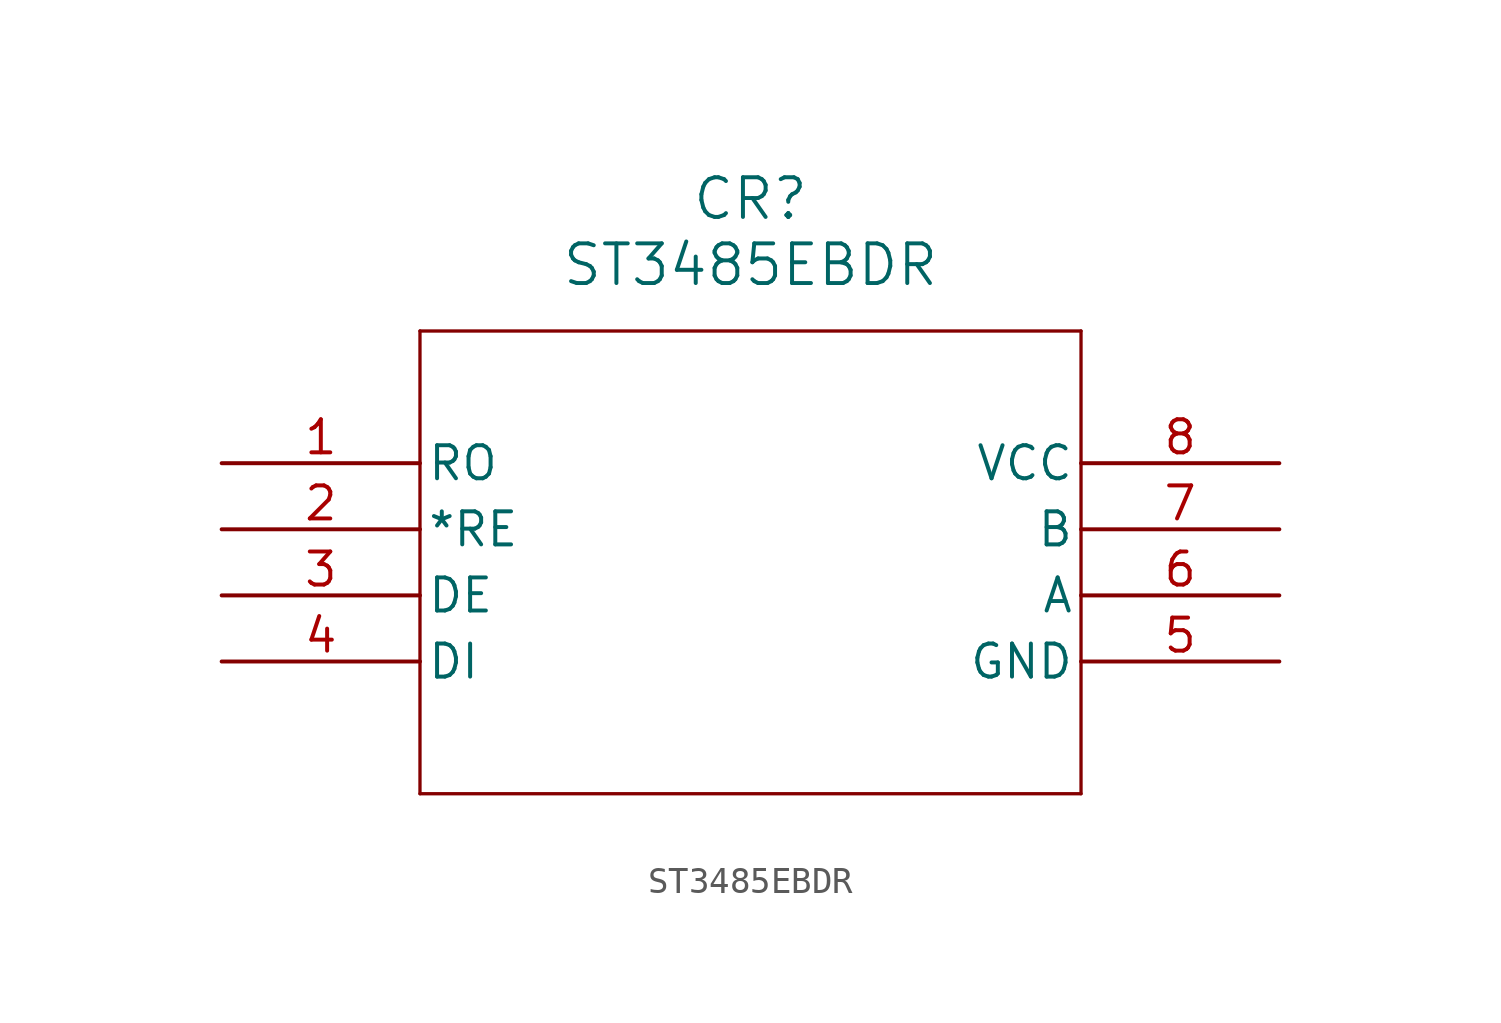
<source format=kicad_sym>
(kicad_symbol_lib
  (version 20211014)
  (generator kicad_symbol_editor)
  (symbol "ST3485EBDR"
    (pin_names
      (offset 0.254))
    (property "Reference" "CR"
      (at 20.32 10.16 0)
      (effects (font (size 1.524 1.524))))
    (property "Value" "ST3485EBDR"
      (at 20.32 7.62 0)
      (effects (font (size 1.524 1.524))))
    (symbol "ST3485EBDR_0_1"
      (polyline (pts (xy 7.62 5.08) (xy 7.62 -12.7)) (stroke (width 0.127) (type default) (color 0 0 0 0)) (fill (type none)))
      (polyline (pts (xy 7.62 -12.7) (xy 33.02 -12.7)) (stroke (width 0.127) (type default) (color 0 0 0 0)) (fill (type none)))
      (polyline (pts (xy 33.02 -12.7) (xy 33.02 5.08)) (stroke (width 0.127) (type default) (color 0 0 0 0)) (fill (type none)))
      (polyline (pts (xy 33.02 5.08) (xy 7.62 5.08)) (stroke (width 0.127) (type default) (color 0 0 0 0)) (fill (type none)))
      (pin output line (at 0 0 0) (length 7.62) (name "RO" (effects (font (size 1.27 1.27)))) (number "1" (effects (font (size 1.27 1.27)))))
      (pin output line (at 0 -2.54 0) (length 7.62) (name "*RE" (effects (font (size 1.27 1.27)))) (number "2" (effects (font (size 1.27 1.27)))))
      (pin output line (at 0 -5.08 0) (length 7.62) (name "DE" (effects (font (size 1.27 1.27)))) (number "3" (effects (font (size 1.27 1.27)))))
      (pin input line (at 0 -7.62 0) (length 7.62) (name "DI" (effects (font (size 1.27 1.27)))) (number "4" (effects (font (size 1.27 1.27)))))
      (pin power_in line (at 40.64 -7.62 180) (length 7.62) (name "GND" (effects (font (size 1.27 1.27)))) (number "5" (effects (font (size 1.27 1.27)))))
      (pin input line (at 40.64 -5.08 180) (length 7.62) (name "A" (effects (font (size 1.27 1.27)))) (number "6" (effects (font (size 1.27 1.27)))))
      (pin input line (at 40.64 -2.54 180) (length 7.62) (name "B" (effects (font (size 1.27 1.27)))) (number "7" (effects (font (size 1.27 1.27)))))
      (pin power_in line (at 40.64 0 180) (length 7.62) (name "VCC" (effects (font (size 1.27 1.27)))) (number "8" (effects (font (size 1.27 1.27))))))))
</source>
